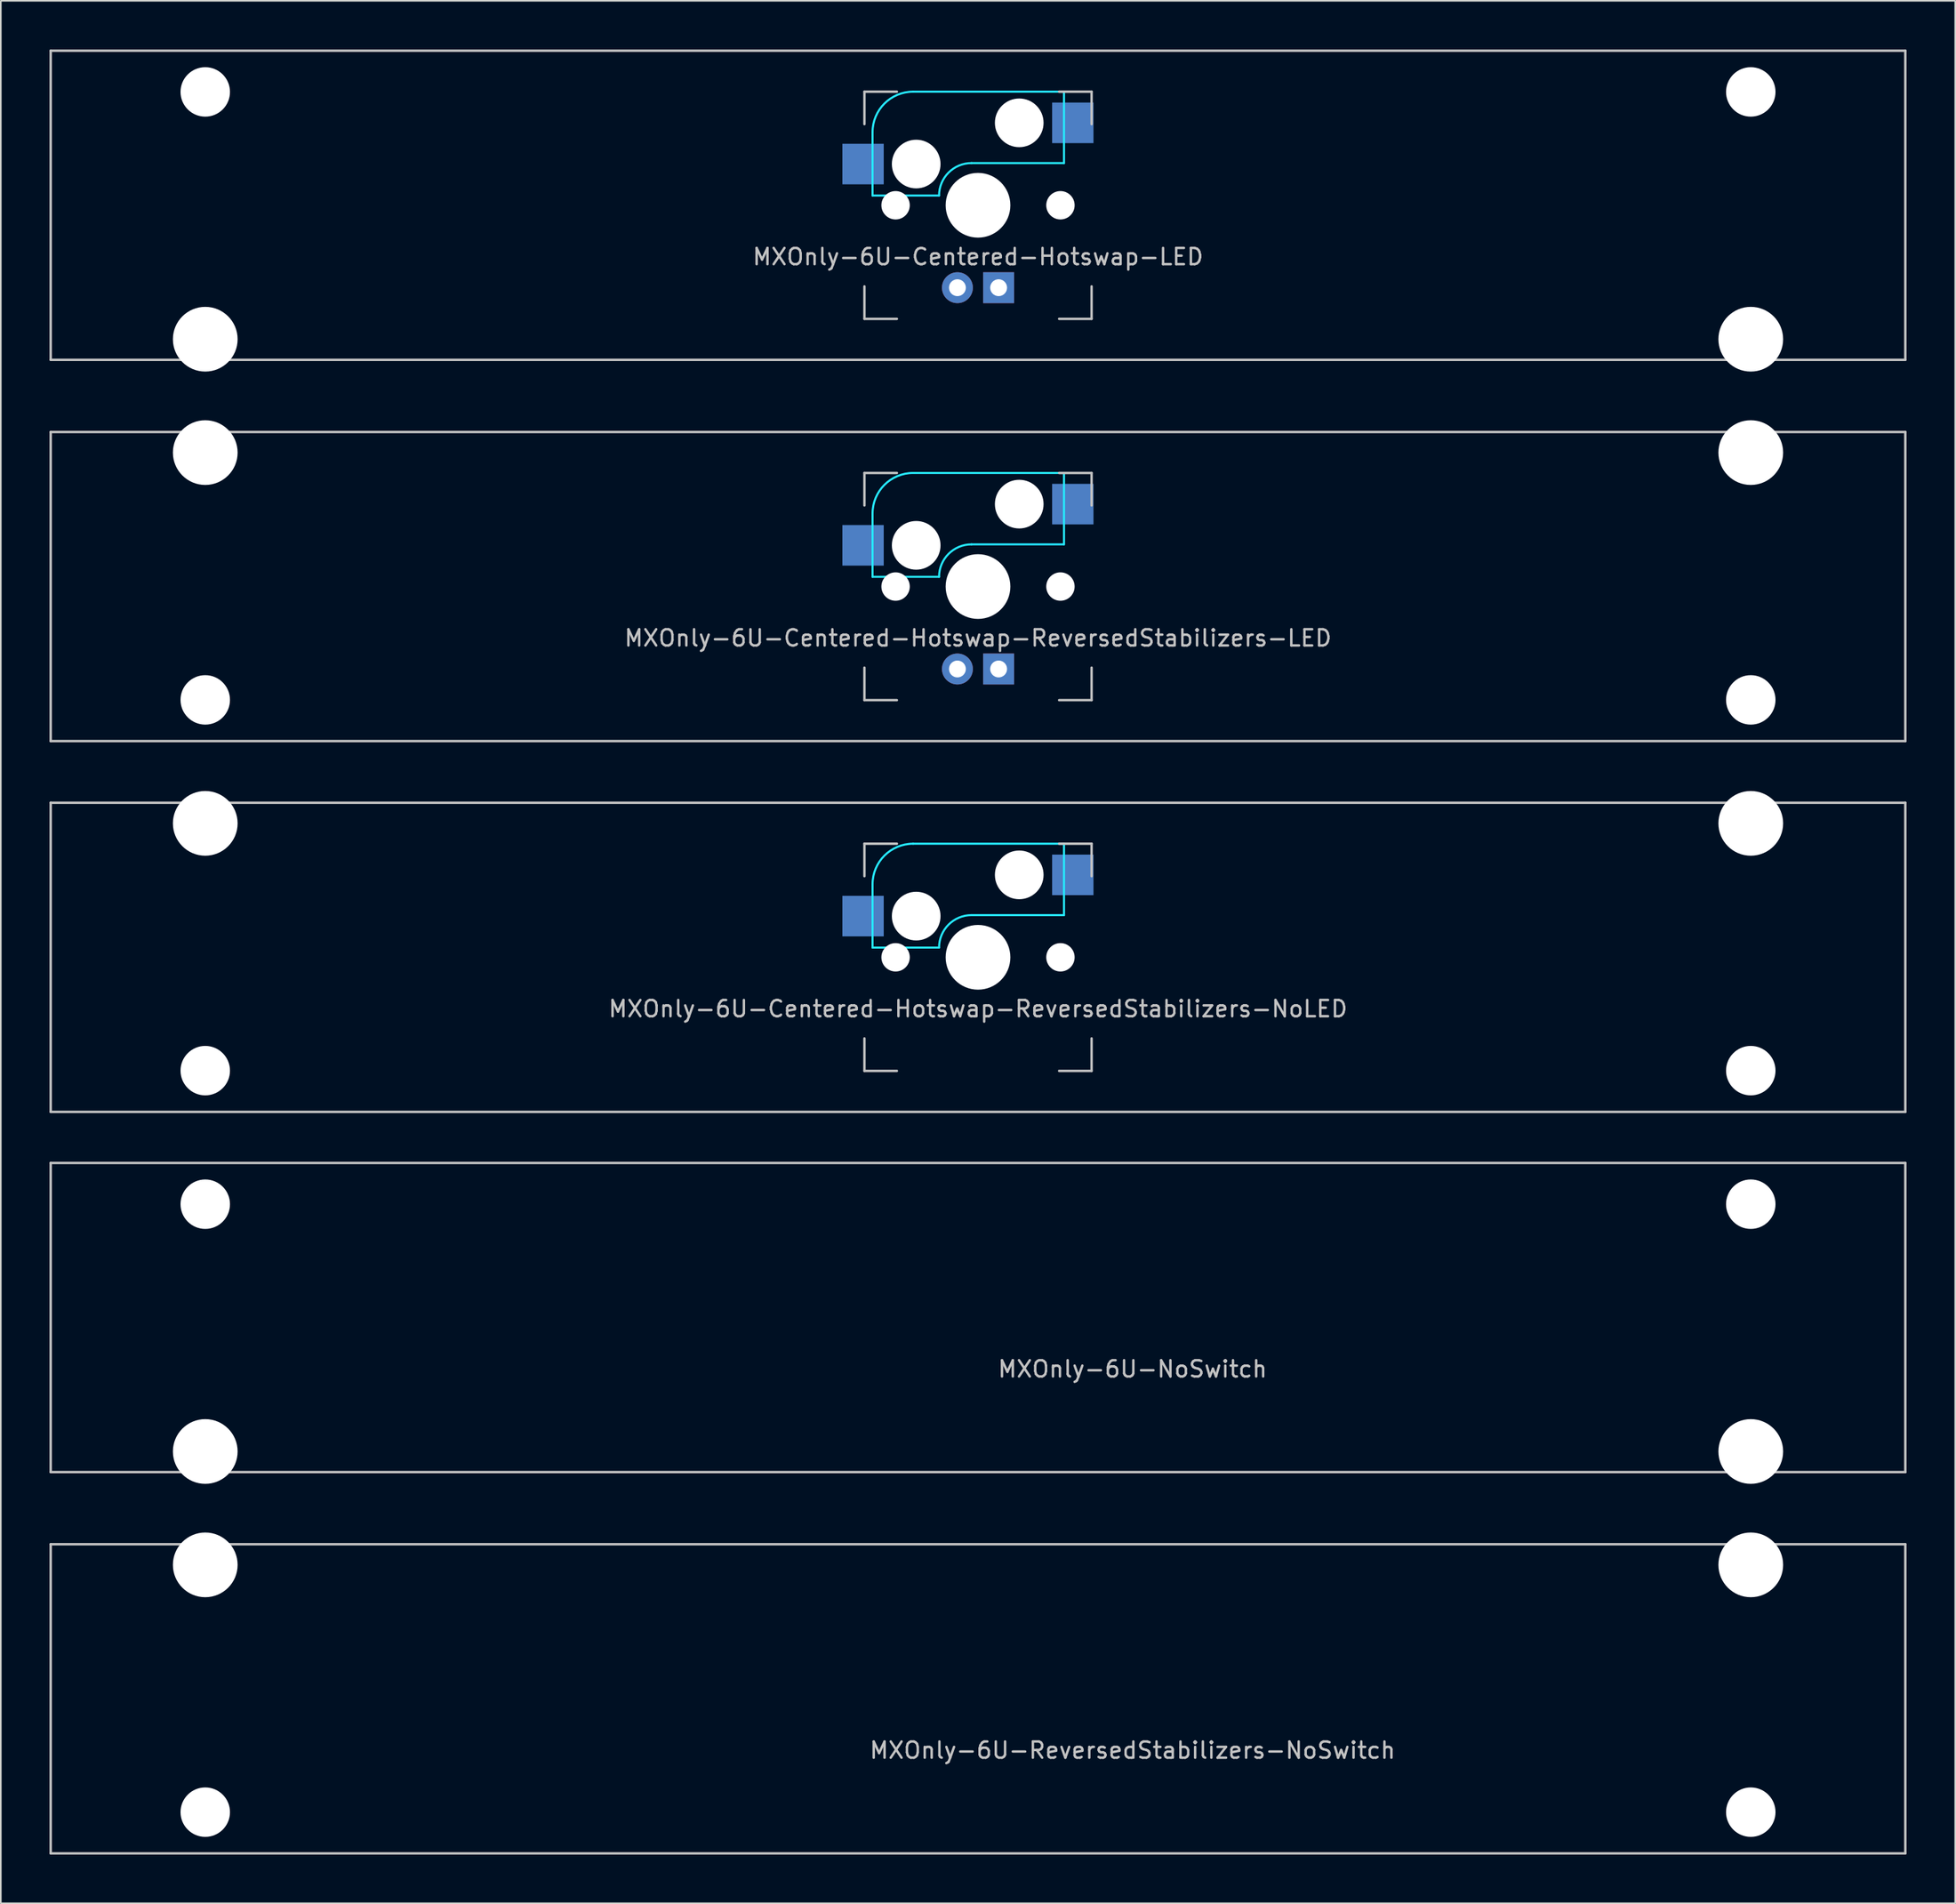
<source format=kicad_pcb>
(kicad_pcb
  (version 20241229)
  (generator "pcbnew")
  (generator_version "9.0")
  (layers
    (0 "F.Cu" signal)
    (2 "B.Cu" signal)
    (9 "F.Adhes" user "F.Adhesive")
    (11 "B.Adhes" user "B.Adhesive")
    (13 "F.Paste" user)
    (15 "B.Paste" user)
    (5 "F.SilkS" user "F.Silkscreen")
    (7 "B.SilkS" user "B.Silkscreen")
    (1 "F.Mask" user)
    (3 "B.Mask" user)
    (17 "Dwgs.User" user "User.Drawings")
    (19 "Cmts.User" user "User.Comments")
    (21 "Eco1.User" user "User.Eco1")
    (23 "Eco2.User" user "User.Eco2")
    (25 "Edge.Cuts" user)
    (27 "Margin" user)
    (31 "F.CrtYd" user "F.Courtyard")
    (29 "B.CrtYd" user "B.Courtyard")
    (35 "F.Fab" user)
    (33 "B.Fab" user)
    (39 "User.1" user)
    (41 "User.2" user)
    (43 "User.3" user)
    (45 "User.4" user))
  (footprint "MXOnly-6U-Centered-Hotswap-ReversedStabilizers-NoLED"
    (layer "F.Cu")
    (at 57.225 55.947)
    (property "Reference" "MXOnly-6U-Centered-Hotswap-ReversedStabilizers-NoLED" (at 0 3.175 0) (layer "Dwgs.User") (effects (font (size 1 1) (thickness 0.15))))
    (attr through_hole)
    (fp_line (start -57.15 -9.525) (end 57.15 -9.525) (stroke (width 0.15) (type solid)) (layer "Dwgs.User"))
    (fp_line (start -57.15 9.525) (end -57.15 -9.525) (stroke (width 0.15) (type solid)) (layer "Dwgs.User"))
    (fp_line (start -57.15 9.525) (end 57.15 9.525) (stroke (width 0.15) (type solid)) (layer "Dwgs.User"))
    (fp_line (start -7 -7) (end -7 -5) (stroke (width 0.15) (type solid)) (layer "Dwgs.User"))
    (fp_line (start -7 5) (end -7 7) (stroke (width 0.15) (type solid)) (layer "Dwgs.User"))
    (fp_line (start -7 7) (end -5 7) (stroke (width 0.15) (type solid)) (layer "Dwgs.User"))
    (fp_line (start -5 -7) (end -7 -7) (stroke (width 0.15) (type solid)) (layer "Dwgs.User"))
    (fp_line (start 5 -7) (end 7 -7) (stroke (width 0.15) (type solid)) (layer "Dwgs.User"))
    (fp_line (start 5 7) (end 7 7) (stroke (width 0.15) (type solid)) (layer "Dwgs.User"))
    (fp_line (start 7 -7) (end 7 -5) (stroke (width 0.15) (type solid)) (layer "Dwgs.User"))
    (fp_line (start 7 7) (end 7 5) (stroke (width 0.15) (type solid)) (layer "Dwgs.User"))
    (fp_line (start 57.15 -9.525) (end 57.15 9.525) (stroke (width 0.15) (type solid)) (layer "Dwgs.User"))
    (fp_line (start -6.5 -4.5) (end -6.5 -0.6) (stroke (width 0.127) (type solid)) (layer "B.CrtYd"))
    (fp_line (start -6.5 -0.6) (end -2.4 -0.6) (stroke (width 0.127) (type solid)) (layer "B.CrtYd"))
    (fp_line (start -0.4 -2.6) (end 5.3 -2.6) (stroke (width 0.127) (type solid)) (layer "B.CrtYd"))
    (fp_line (start 5.3 -7) (end -4 -7) (stroke (width 0.127) (type solid)) (layer "B.CrtYd"))
    (fp_line (start 5.3 -7) (end 5.3 -2.6) (stroke (width 0.127) (type solid)) (layer "B.CrtYd"))
    (fp_arc (start -6.5 -4.5) (mid -5.767767 -6.267767) (end -4 -7) (stroke (width 0.127) (type solid)) (layer "B.CrtYd"))
    (fp_arc (start -2.4 -0.6) (mid -1.814214 -2.014214) (end -0.4 -2.6) (stroke (width 0.127) (type solid)) (layer "B.CrtYd"))
    (pad "" np_thru_hole circle (at -47.625 -8.255) (size 3.988 3.988) (drill 3.988) (layers "*.Cu" "*.Mask"))
    (pad "" np_thru_hole circle (at -47.625 6.985) (size 3.048 3.048) (drill 3.048) (layers "*.Cu" "*.Mask"))
    (pad "" np_thru_hole circle (at -5.08 0 48.1) (size 1.75 1.75) (drill 1.75) (layers "*.Cu" "*.Mask"))
    (pad "" np_thru_hole circle (at -3.81 -2.54) (size 3 3) (drill 3) (layers "*.Cu" "*.Mask"))
    (pad "" np_thru_hole circle (at 0 0) (size 3.988 3.988) (drill 3.988) (layers "*.Cu" "*.Mask"))
    (pad "" np_thru_hole circle (at 2.54 -5.08) (size 3 3) (drill 3) (layers "*.Cu" "*.Mask"))
    (pad "" np_thru_hole circle (at 5.08 0 48.1) (size 1.75 1.75) (drill 1.75) (layers "*.Cu" "*.Mask"))
    (pad "" np_thru_hole circle (at 47.625 -8.255) (size 3.988 3.988) (drill 3.988) (layers "*.Cu" "*.Mask"))
    (pad "" np_thru_hole circle (at 47.625 6.985) (size 3.048 3.048) (drill 3.048) (layers "*.Cu" "*.Mask"))
    (pad "1" smd rect (at -7.085 -2.54) (size 2.55 2.5) (layers "B.Cu" "B.Mask" "B.Paste"))
    (pad "2" smd rect (at 5.842 -5.08) (size 2.55 2.5) (layers "B.Cu" "B.Mask" "B.Paste")))
  (footprint "MXOnly-6U-ReversedStabilizers-NoSwitch"
    (layer "F.Cu")
    (at 57.225 101.644)
    (property "Reference" "MXOnly-6U-ReversedStabilizers-NoSwitch" (at 9.525 3.175 0) (layer "Dwgs.User") (effects (font (size 1 1) (thickness 0.15))))
    (attr through_hole)
    (fp_line (start -57.15 -9.525) (end 57.15 -9.525) (stroke (width 0.15) (type solid)) (layer "Dwgs.User"))
    (fp_line (start -57.15 9.525) (end -57.15 -9.525) (stroke (width 0.15) (type solid)) (layer "Dwgs.User"))
    (fp_line (start -57.15 9.525) (end 57.15 9.525) (stroke (width 0.15) (type solid)) (layer "Dwgs.User"))
    (fp_line (start 57.15 -9.525) (end 57.15 9.525) (stroke (width 0.15) (type solid)) (layer "Dwgs.User"))
    (pad "" np_thru_hole circle (at -47.625 -8.255) (size 3.988 3.988) (drill 3.988) (layers "*.Cu" "*.Mask"))
    (pad "" np_thru_hole circle (at -47.625 6.985) (size 3.048 3.048) (drill 3.048) (layers "*.Cu" "*.Mask"))
    (pad "" np_thru_hole circle (at 47.625 -8.255) (size 3.988 3.988) (drill 3.988) (layers "*.Cu" "*.Mask"))
    (pad "" np_thru_hole circle (at 47.625 6.985) (size 3.048 3.048) (drill 3.048) (layers "*.Cu" "*.Mask")))
  (footprint "MXOnly-6U-Centered-Hotswap-ReversedStabilizers-LED"
    (layer "F.Cu")
    (at 57.225 33.098)
    (property "Reference" "MXOnly-6U-Centered-Hotswap-ReversedStabilizers-LED" (at 0 3.175 0) (layer "Dwgs.User") (effects (font (size 1 1) (thickness 0.15))))
    (attr through_hole)
    (fp_line (start -57.15 -9.525) (end 57.15 -9.525) (stroke (width 0.15) (type solid)) (layer "Dwgs.User"))
    (fp_line (start -57.15 9.525) (end -57.15 -9.525) (stroke (width 0.15) (type solid)) (layer "Dwgs.User"))
    (fp_line (start -57.15 9.525) (end 57.15 9.525) (stroke (width 0.15) (type solid)) (layer "Dwgs.User"))
    (fp_line (start -7 -7) (end -7 -5) (stroke (width 0.15) (type solid)) (layer "Dwgs.User"))
    (fp_line (start -7 5) (end -7 7) (stroke (width 0.15) (type solid)) (layer "Dwgs.User"))
    (fp_line (start -7 7) (end -5 7) (stroke (width 0.15) (type solid)) (layer "Dwgs.User"))
    (fp_line (start -5 -7) (end -7 -7) (stroke (width 0.15) (type solid)) (layer "Dwgs.User"))
    (fp_line (start 5 -7) (end 7 -7) (stroke (width 0.15) (type solid)) (layer "Dwgs.User"))
    (fp_line (start 5 7) (end 7 7) (stroke (width 0.15) (type solid)) (layer "Dwgs.User"))
    (fp_line (start 7 -7) (end 7 -5) (stroke (width 0.15) (type solid)) (layer "Dwgs.User"))
    (fp_line (start 7 7) (end 7 5) (stroke (width 0.15) (type solid)) (layer "Dwgs.User"))
    (fp_line (start 57.15 -9.525) (end 57.15 9.525) (stroke (width 0.15) (type solid)) (layer "Dwgs.User"))
    (fp_line (start -6.5 -4.5) (end -6.5 -0.6) (stroke (width 0.127) (type solid)) (layer "B.CrtYd"))
    (fp_line (start -6.5 -0.6) (end -2.4 -0.6) (stroke (width 0.127) (type solid)) (layer "B.CrtYd"))
    (fp_line (start -0.4 -2.6) (end 5.3 -2.6) (stroke (width 0.127) (type solid)) (layer "B.CrtYd"))
    (fp_line (start 5.3 -7) (end -4 -7) (stroke (width 0.127) (type solid)) (layer "B.CrtYd"))
    (fp_line (start 5.3 -7) (end 5.3 -2.6) (stroke (width 0.127) (type solid)) (layer "B.CrtYd"))
    (fp_arc (start -6.5 -4.5) (mid -5.767767 -6.267767) (end -4 -7) (stroke (width 0.127) (type solid)) (layer "B.CrtYd"))
    (fp_arc (start -2.4 -0.6) (mid -1.814214 -2.014214) (end -0.4 -2.6) (stroke (width 0.127) (type solid)) (layer "B.CrtYd"))
    (pad "" np_thru_hole circle (at -47.625 -8.255) (size 3.988 3.988) (drill 3.988) (layers "*.Cu" "*.Mask"))
    (pad "" np_thru_hole circle (at -47.625 6.985) (size 3.048 3.048) (drill 3.048) (layers "*.Cu" "*.Mask"))
    (pad "" np_thru_hole circle (at -5.08 0 48.1) (size 1.75 1.75) (drill 1.75) (layers "*.Cu" "*.Mask"))
    (pad "" np_thru_hole circle (at -3.81 -2.54) (size 3 3) (drill 3) (layers "*.Cu" "*.Mask"))
    (pad "" np_thru_hole circle (at 0 0) (size 3.988 3.988) (drill 3.988) (layers "*.Cu" "*.Mask"))
    (pad "" np_thru_hole circle (at 2.54 -5.08) (size 3 3) (drill 3) (layers "*.Cu" "*.Mask"))
    (pad "" np_thru_hole circle (at 5.08 0 48.1) (size 1.75 1.75) (drill 1.75) (layers "*.Cu" "*.Mask"))
    (pad "" np_thru_hole circle (at 47.625 -8.255) (size 3.988 3.988) (drill 3.988) (layers "*.Cu" "*.Mask"))
    (pad "" np_thru_hole circle (at 47.625 6.985) (size 3.048 3.048) (drill 3.048) (layers "*.Cu" "*.Mask"))
    (pad "1" smd rect (at -7.085 -2.54) (size 2.55 2.5) (layers "B.Cu" "B.Mask" "B.Paste"))
    (pad "2" smd rect (at 5.842 -5.08) (size 2.55 2.5) (layers "B.Cu" "B.Mask" "B.Paste"))
    (pad "3" thru_hole circle (at -1.27 5.08) (size 1.905 1.905) (drill 1.04) (layers "*.Cu" "B.Mask"))
    (pad "4" thru_hole rect (at 1.27 5.08) (size 1.905 1.905) (drill 1.04) (layers "*.Cu" "B.Mask")))
  (footprint "MXOnly-6U-Centered-Hotswap-LED"
    (layer "F.Cu")
    (at 57.225 9.6)
    (property "Reference" "MXOnly-6U-Centered-Hotswap-LED" (at 0 3.175 0) (layer "Dwgs.User") (effects (font (size 1 1) (thickness 0.15))))
    (attr through_hole)
    (fp_line (start -57.15 -9.525) (end 57.15 -9.525) (stroke (width 0.15) (type solid)) (layer "Dwgs.User"))
    (fp_line (start -57.15 9.525) (end -57.15 -9.525) (stroke (width 0.15) (type solid)) (layer "Dwgs.User"))
    (fp_line (start -57.15 9.525) (end 57.15 9.525) (stroke (width 0.15) (type solid)) (layer "Dwgs.User"))
    (fp_line (start -7 -7) (end -7 -5) (stroke (width 0.15) (type solid)) (layer "Dwgs.User"))
    (fp_line (start -7 5) (end -7 7) (stroke (width 0.15) (type solid)) (layer "Dwgs.User"))
    (fp_line (start -7 7) (end -5 7) (stroke (width 0.15) (type solid)) (layer "Dwgs.User"))
    (fp_line (start -5 -7) (end -7 -7) (stroke (width 0.15) (type solid)) (layer "Dwgs.User"))
    (fp_line (start 5 -7) (end 7 -7) (stroke (width 0.15) (type solid)) (layer "Dwgs.User"))
    (fp_line (start 5 7) (end 7 7) (stroke (width 0.15) (type solid)) (layer "Dwgs.User"))
    (fp_line (start 7 -7) (end 7 -5) (stroke (width 0.15) (type solid)) (layer "Dwgs.User"))
    (fp_line (start 7 7) (end 7 5) (stroke (width 0.15) (type solid)) (layer "Dwgs.User"))
    (fp_line (start 57.15 -9.525) (end 57.15 9.525) (stroke (width 0.15) (type solid)) (layer "Dwgs.User"))
    (fp_line (start -6.5 -4.5) (end -6.5 -0.6) (stroke (width 0.127) (type solid)) (layer "B.CrtYd"))
    (fp_line (start -6.5 -0.6) (end -2.4 -0.6) (stroke (width 0.127) (type solid)) (layer "B.CrtYd"))
    (fp_line (start -0.4 -2.6) (end 5.3 -2.6) (stroke (width 0.127) (type solid)) (layer "B.CrtYd"))
    (fp_line (start 5.3 -7) (end -4 -7) (stroke (width 0.127) (type solid)) (layer "B.CrtYd"))
    (fp_line (start 5.3 -7) (end 5.3 -2.6) (stroke (width 0.127) (type solid)) (layer "B.CrtYd"))
    (fp_arc (start -6.5 -4.5) (mid -5.767767 -6.267767) (end -4 -7) (stroke (width 0.127) (type solid)) (layer "B.CrtYd"))
    (fp_arc (start -2.4 -0.6) (mid -1.814214 -2.014214) (end -0.4 -2.6) (stroke (width 0.127) (type solid)) (layer "B.CrtYd"))
    (pad "" np_thru_hole circle (at -47.625 -6.985) (size 3.048 3.048) (drill 3.048) (layers "*.Cu" "*.Mask"))
    (pad "" np_thru_hole circle (at -47.625 8.255) (size 3.988 3.988) (drill 3.988) (layers "*.Cu" "*.Mask"))
    (pad "" np_thru_hole circle (at -5.08 0 48.1) (size 1.75 1.75) (drill 1.75) (layers "*.Cu" "*.Mask"))
    (pad "" np_thru_hole circle (at -3.81 -2.54) (size 3 3) (drill 3) (layers "*.Cu" "*.Mask"))
    (pad "" np_thru_hole circle (at 0 0) (size 3.988 3.988) (drill 3.988) (layers "*.Cu" "*.Mask"))
    (pad "" np_thru_hole circle (at 2.54 -5.08) (size 3 3) (drill 3) (layers "*.Cu" "*.Mask"))
    (pad "" np_thru_hole circle (at 5.08 0 48.1) (size 1.75 1.75) (drill 1.75) (layers "*.Cu" "*.Mask"))
    (pad "" np_thru_hole circle (at 47.625 -6.985) (size 3.048 3.048) (drill 3.048) (layers "*.Cu" "*.Mask"))
    (pad "" np_thru_hole circle (at 47.625 8.255) (size 3.988 3.988) (drill 3.988) (layers "*.Cu" "*.Mask"))
    (pad "1" smd rect (at -7.085 -2.54) (size 2.55 2.5) (layers "B.Cu" "B.Mask" "B.Paste"))
    (pad "2" smd rect (at 5.842 -5.08) (size 2.55 2.5) (layers "B.Cu" "B.Mask" "B.Paste"))
    (pad "3" thru_hole circle (at -1.27 5.08) (size 1.905 1.905) (drill 1.04) (layers "*.Cu" "B.Mask"))
    (pad "4" thru_hole rect (at 1.27 5.08) (size 1.905 1.905) (drill 1.04) (layers "*.Cu" "B.Mask")))
  (footprint "MXOnly-6U-NoSwitch"
    (layer "F.Cu")
    (at 57.225 78.147)
    (property "Reference" "MXOnly-6U-NoSwitch" (at 9.525 3.175 0) (layer "Dwgs.User") (effects (font (size 1 1) (thickness 0.15))))
    (attr through_hole)
    (fp_line (start -57.15 -9.525) (end 57.15 -9.525) (stroke (width 0.15) (type solid)) (layer "Dwgs.User"))
    (fp_line (start -57.15 9.525) (end -57.15 -9.525) (stroke (width 0.15) (type solid)) (layer "Dwgs.User"))
    (fp_line (start -57.15 9.525) (end 57.15 9.525) (stroke (width 0.15) (type solid)) (layer "Dwgs.User"))
    (fp_line (start 57.15 -9.525) (end 57.15 9.525) (stroke (width 0.15) (type solid)) (layer "Dwgs.User"))
    (pad "" np_thru_hole circle (at -47.625 -6.985) (size 3.048 3.048) (drill 3.048) (layers "*.Cu" "*.Mask"))
    (pad "" np_thru_hole circle (at -47.625 8.255) (size 3.988 3.988) (drill 3.988) (layers "*.Cu" "*.Mask"))
    (pad "" np_thru_hole circle (at 47.625 -6.985) (size 3.048 3.048) (drill 3.048) (layers "*.Cu" "*.Mask"))
    (pad "" np_thru_hole circle (at 47.625 8.255) (size 3.988 3.988) (drill 3.988) (layers "*.Cu" "*.Mask")))
  (gr_rect
    (start -3 -3)
    (end 117.45 114.245)
    (stroke (width 0.1) (type default))
    (fill no)
    (layer "Edge.Cuts")))
</source>
